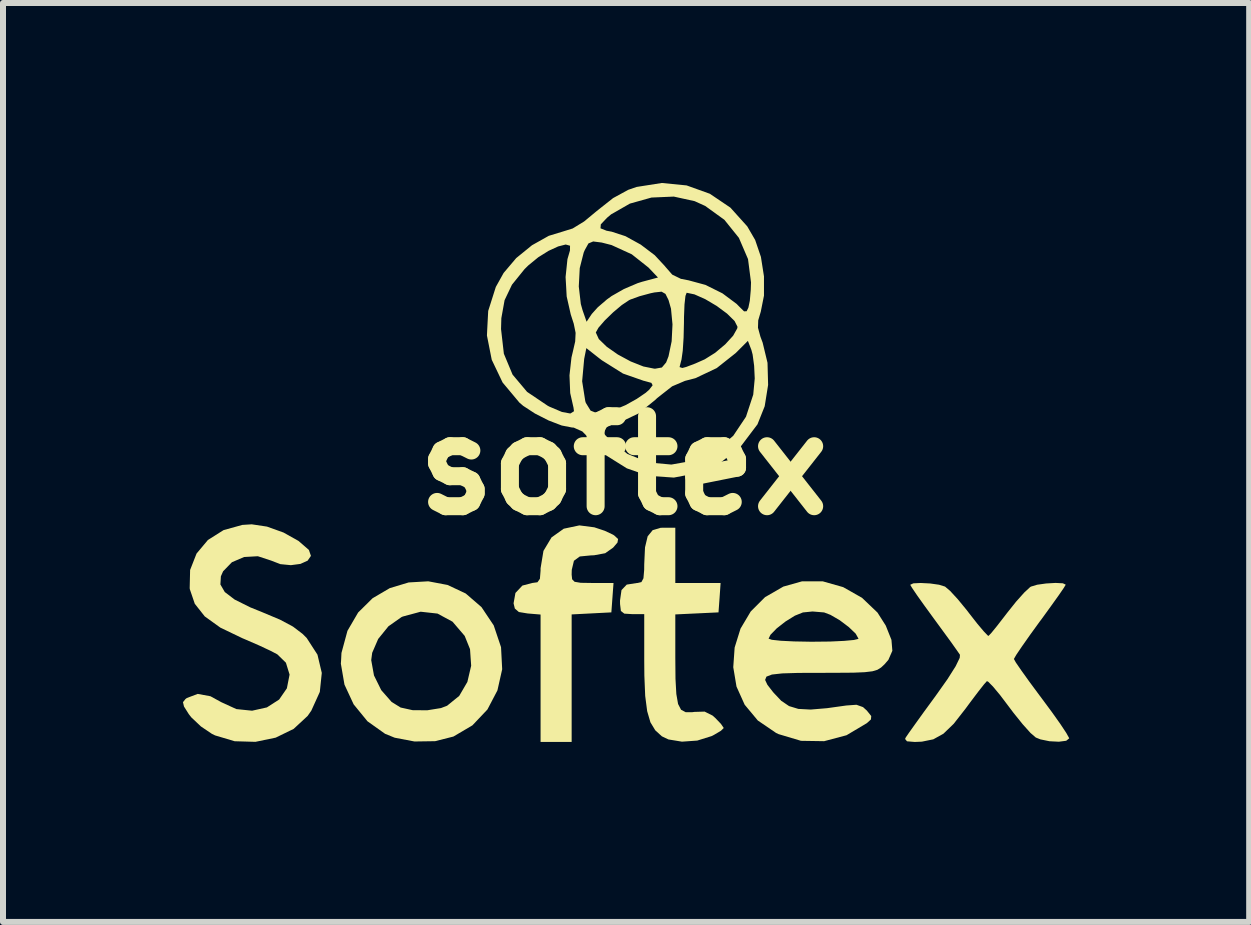
<source format=kicad_pcb>
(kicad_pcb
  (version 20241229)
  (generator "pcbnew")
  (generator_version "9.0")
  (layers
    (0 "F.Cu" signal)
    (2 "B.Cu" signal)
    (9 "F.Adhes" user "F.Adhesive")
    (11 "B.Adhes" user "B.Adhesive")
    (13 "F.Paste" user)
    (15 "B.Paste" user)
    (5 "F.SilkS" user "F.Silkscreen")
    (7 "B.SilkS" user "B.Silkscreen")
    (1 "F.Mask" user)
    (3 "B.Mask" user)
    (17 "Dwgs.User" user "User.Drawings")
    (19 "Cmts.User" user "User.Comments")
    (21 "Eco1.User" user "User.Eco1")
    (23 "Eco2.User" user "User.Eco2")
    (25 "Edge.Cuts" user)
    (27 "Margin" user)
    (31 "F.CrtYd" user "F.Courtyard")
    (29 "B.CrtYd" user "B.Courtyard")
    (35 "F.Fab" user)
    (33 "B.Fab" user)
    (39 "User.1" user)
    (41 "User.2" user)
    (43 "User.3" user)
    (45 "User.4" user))
  (footprint "softex"
    (layer "F.Cu")
    (at 7.343 4.71)
    (property "Reference" "softex" (at 0 0 0) (layer "F.SilkS") (effects (font (size 1.5 1.5) (thickness 0.3))))
    (attr board_only exclude_from_pos_files exclude_from_bom)
    (fp_poly (pts (xy -0.486 1.03) (xy -0.312 1.088) (xy -0.174 1.153) (xy -0.154 1.166) (xy -0.09 1.225) (xy -0.1 1.284) (xy -0.173 1.369) (xy -0.305 1.462) (xy -0.49 1.496) (xy -0.543 1.498) (xy -0.728 1.516) (xy -0.826 1.588) (xy -0.862 1.739) (xy -0.864 1.819) (xy -0.856 1.896) (xy -0.815 1.938) (xy -0.713 1.955) (xy -0.523 1.958) (xy -0.515 1.958) (xy -0.166 1.958) (xy -0.184 2.203) (xy -0.202 2.448) (xy -0.533 2.465) (xy -0.864 2.482) (xy -0.864 3.545) (xy -0.864 4.608) (xy -1.123 4.608) (xy -1.382 4.608) (xy -1.382 3.546) (xy -1.382 2.484) (xy -1.598 2.466) (xy -1.744 2.442) (xy -1.811 2.384) (xy -1.832 2.297) (xy -1.801 2.124) (xy -1.685 2.001) (xy -1.522 1.958) (xy -1.434 1.946) (xy -1.393 1.888) (xy -1.382 1.753) (xy -1.382 1.713) (xy -1.334 1.423) (xy -1.2 1.199) (xy -0.995 1.053) (xy -0.735 0.998)) (stroke (width 0) (type solid)) (fill yes) (layer "F.SilkS"))
    (fp_poly (pts (xy -2.932 1.991) (xy -2.63 2.133) (xy -2.367 2.36) (xy -2.163 2.665) (xy -2.041 3.028) (xy -2.022 3.396) (xy -2.101 3.748) (xy -2.268 4.067) (xy -2.518 4.331) (xy -2.835 4.518) (xy -3.14 4.595) (xy -3.484 4.6) (xy -3.814 4.537) (xy -3.974 4.472) (xy -4.268 4.263) (xy -4.498 3.981) (xy -4.651 3.652) (xy -4.711 3.303) (xy -4.707 3.244) (xy -4.205 3.244) (xy -4.159 3.499) (xy -4.038 3.744) (xy -3.865 3.941) (xy -3.715 4.034) (xy -3.516 4.078) (xy -3.271 4.08) (xy -3.042 4.043) (xy -2.94 4.004) (xy -2.738 3.84) (xy -2.602 3.607) (xy -2.539 3.337) (xy -2.558 3.061) (xy -2.647 2.84) (xy -2.85 2.603) (xy -3.1 2.468) (xy -3.381 2.437) (xy -3.678 2.517) (xy -3.701 2.527) (xy -3.918 2.68) (xy -4.089 2.891) (xy -4.189 3.122) (xy -4.205 3.244) (xy -4.707 3.244) (xy -4.701 3.124) (xy -4.601 2.755) (xy -4.423 2.45) (xy -4.182 2.212) (xy -3.896 2.044) (xy -3.581 1.949) (xy -3.254 1.93)) (stroke (width 0) (type solid)) (fill yes) (layer "F.SilkS"))
    (fp_poly (pts (xy 0.864 1.498) (xy 0.864 1.958) (xy 1.242 1.958) (xy 1.619 1.958) (xy 1.602 2.203) (xy 1.584 2.448) (xy 1.224 2.465) (xy 0.864 2.482) (xy 0.864 3.203) (xy 0.867 3.555) (xy 0.881 3.808) (xy 0.91 3.975) (xy 0.96 4.071) (xy 1.037 4.112) (xy 1.144 4.112) (xy 1.183 4.107) (xy 1.353 4.102) (xy 1.485 4.168) (xy 1.529 4.207) (xy 1.625 4.307) (xy 1.67 4.373) (xy 1.67 4.377) (xy 1.624 4.422) (xy 1.507 4.491) (xy 1.467 4.511) (xy 1.23 4.585) (xy 0.975 4.603) (xy 0.749 4.566) (xy 0.64 4.514) (xy 0.53 4.414) (xy 0.449 4.28) (xy 0.395 4.095) (xy 0.362 3.841) (xy 0.348 3.501) (xy 0.346 3.256) (xy 0.346 2.477) (xy 0.144 2.477) (xy 0.014 2.469) (xy -0.043 2.425) (xy -0.057 2.31) (xy -0.058 2.252) (xy -0.033 2.076) (xy 0.054 1.985) (xy 0.225 1.958) (xy 0.235 1.958) (xy 0.299 1.943) (xy 0.333 1.879) (xy 0.345 1.739) (xy 0.346 1.645) (xy 0.359 1.364) (xy 0.403 1.18) (xy 0.487 1.077) (xy 0.62 1.038) (xy 0.661 1.037) (xy 0.864 1.037)) (stroke (width 0) (type solid)) (fill yes) (layer "F.SilkS"))
    (fp_poly (pts (xy -5.943 1.018) (xy -5.667 1.117) (xy -5.417 1.257) (xy -5.244 1.407) (xy -5.21 1.506) (xy -5.265 1.586) (xy -5.385 1.64) (xy -5.545 1.661) (xy -5.719 1.644) (xy -5.875 1.584) (xy -6.095 1.512) (xy -6.324 1.525) (xy -6.527 1.612) (xy -6.674 1.763) (xy -6.711 1.847) (xy -6.719 1.983) (xy -6.646 2.109) (xy -6.482 2.234) (xy -6.219 2.365) (xy -6.026 2.443) (xy -5.726 2.569) (xy -5.509 2.685) (xy -5.35 2.806) (xy -5.28 2.876) (xy -5.101 3.153) (xy -5.029 3.457) (xy -5.062 3.774) (xy -5.203 4.085) (xy -5.265 4.174) (xy -5.498 4.39) (xy -5.797 4.536) (xy -6.135 4.606) (xy -6.481 4.596) (xy -6.807 4.499) (xy -6.859 4.474) (xy -7.043 4.35) (xy -7.204 4.198) (xy -7.246 4.144) (xy -7.326 4.017) (xy -7.343 3.945) (xy -7.301 3.892) (xy -7.278 3.875) (xy -7.097 3.807) (xy -6.885 3.846) (xy -6.704 3.945) (xy -6.453 4.06) (xy -6.191 4.087) (xy -5.944 4.032) (xy -5.74 3.901) (xy -5.611 3.714) (xy -5.566 3.485) (xy -5.627 3.287) (xy -5.771 3.147) (xy -5.886 3.087) (xy -6.072 3) (xy -6.295 2.903) (xy -6.356 2.877) (xy -6.72 2.702) (xy -6.98 2.515) (xy -7.146 2.305) (xy -7.228 2.064) (xy -7.231 2.045) (xy -7.224 1.741) (xy -7.117 1.468) (xy -6.927 1.241) (xy -6.667 1.077) (xy -6.354 0.99) (xy -6.197 0.98)) (stroke (width 0) (type solid)) (fill yes) (layer "F.SilkS"))
    (fp_poly (pts (xy 3.662 2.027) (xy 3.976 2.205) (xy 4.234 2.451) (xy 4.372 2.668) (xy 4.467 2.906) (xy 4.482 3.088) (xy 4.416 3.239) (xy 4.351 3.314) (xy 4.294 3.367) (xy 4.233 3.405) (xy 4.149 3.43) (xy 4.022 3.445) (xy 3.833 3.453) (xy 3.563 3.455) (xy 3.286 3.456) (xy 2.915 3.457) (xy 2.648 3.465) (xy 2.475 3.484) (xy 2.383 3.519) (xy 2.361 3.574) (xy 2.399 3.655) (xy 2.485 3.766) (xy 2.504 3.789) (xy 2.63 3.922) (xy 2.76 4.01) (xy 2.915 4.057) (xy 3.119 4.068) (xy 3.393 4.045) (xy 3.716 4) (xy 3.884 3.988) (xy 3.993 4.027) (xy 4.057 4.085) (xy 4.13 4.176) (xy 4.125 4.233) (xy 4.056 4.295) (xy 3.718 4.496) (xy 3.345 4.595) (xy 2.959 4.589) (xy 2.584 4.477) (xy 2.544 4.458) (xy 2.239 4.25) (xy 2.02 3.987) (xy 1.884 3.685) (xy 1.83 3.362) (xy 1.853 3.034) (xy 1.899 2.886) (xy 2.419 2.886) (xy 2.473 2.905) (xy 2.621 2.921) (xy 2.841 2.932) (xy 3.112 2.937) (xy 3.168 2.937) (xy 3.446 2.934) (xy 3.678 2.923) (xy 3.841 2.908) (xy 3.915 2.89) (xy 3.917 2.886) (xy 3.871 2.803) (xy 3.756 2.693) (xy 3.605 2.579) (xy 3.45 2.489) (xy 3.345 2.449) (xy 3.152 2.433) (xy 2.991 2.449) (xy 2.857 2.503) (xy 2.701 2.6) (xy 2.554 2.715) (xy 2.45 2.822) (xy 2.419 2.886) (xy 1.899 2.886) (xy 1.951 2.719) (xy 2.121 2.433) (xy 2.36 2.194) (xy 2.665 2.018) (xy 2.978 1.93) (xy 3.32 1.93)) (stroke (width 0) (type solid)) (fill yes) (layer "F.SilkS"))
    (fp_poly (pts (xy 7.324 1.963) (xy 7.372 1.986) (xy 7.34 2.04) (xy 7.252 2.168) (xy 7.121 2.351) (xy 6.961 2.572) (xy 6.94 2.599) (xy 6.777 2.824) (xy 6.642 3.016) (xy 6.548 3.155) (xy 6.509 3.223) (xy 6.508 3.225) (xy 6.541 3.284) (xy 6.631 3.415) (xy 6.765 3.602) (xy 6.93 3.825) (xy 6.969 3.877) (xy 7.14 4.108) (xy 7.282 4.308) (xy 7.382 4.459) (xy 7.428 4.542) (xy 7.43 4.548) (xy 7.38 4.588) (xy 7.258 4.604) (xy 7.101 4.596) (xy 6.95 4.565) (xy 6.873 4.534) (xy 6.785 4.458) (xy 6.654 4.312) (xy 6.501 4.122) (xy 6.422 4.017) (xy 6.279 3.828) (xy 6.159 3.684) (xy 6.08 3.604) (xy 6.058 3.594) (xy 6.009 3.649) (xy 5.91 3.775) (xy 5.778 3.95) (xy 5.702 4.053) (xy 5.505 4.305) (xy 5.334 4.47) (xy 5.165 4.564) (xy 4.974 4.603) (xy 4.855 4.608) (xy 4.726 4.597) (xy 4.694 4.558) (xy 4.706 4.532) (xy 4.756 4.459) (xy 4.86 4.313) (xy 5.003 4.114) (xy 5.172 3.883) (xy 5.202 3.842) (xy 5.401 3.561) (xy 5.537 3.346) (xy 5.605 3.206) (xy 5.609 3.155) (xy 5.558 3.081) (xy 5.455 2.936) (xy 5.314 2.743) (xy 5.172 2.549) (xy 5.017 2.336) (xy 4.891 2.159) (xy 4.808 2.036) (xy 4.78 1.988) (xy 4.831 1.964) (xy 4.954 1.958) (xy 5.111 1.966) (xy 5.26 1.987) (xy 5.36 2.018) (xy 5.445 2.09) (xy 5.573 2.229) (xy 5.721 2.409) (xy 5.763 2.464) (xy 5.9 2.639) (xy 6.01 2.769) (xy 6.075 2.836) (xy 6.085 2.84) (xy 6.131 2.792) (xy 6.227 2.674) (xy 6.355 2.509) (xy 6.398 2.453) (xy 6.545 2.269) (xy 6.68 2.118) (xy 6.778 2.027) (xy 6.793 2.018) (xy 6.896 1.987) (xy 7.046 1.966) (xy 7.202 1.957)) (stroke (width 0) (type solid)) (fill yes) (layer "F.SilkS"))
    (fp_poly (pts (xy 1.053 -4.669) (xy 1.44 -4.53) (xy 1.782 -4.299) (xy 2.063 -3.987) (xy 2.195 -3.76) (xy 2.291 -3.478) (xy 2.342 -3.153) (xy 2.342 -2.832) (xy 2.289 -2.566) (xy 2.246 -2.42) (xy 2.242 -2.297) (xy 2.283 -2.147) (xy 2.32 -2.048) (xy 2.401 -1.712) (xy 2.411 -1.344) (xy 2.354 -0.988) (xy 2.233 -0.685) (xy 2.231 -0.683) (xy 1.961 -0.326) (xy 1.628 -0.055) (xy 1.25 0.123) (xy 0.84 0.201) (xy 0.417 0.172) (xy 0.412 0.171) (xy 0.056 0.047) (xy -0.278 -0.162) (xy -0.527 -0.405) (xy -0.686 -0.568) (xy -0.785 -0.612) (xy -0.404 -0.612) (xy -0.245 -0.445) (xy 0.065 -0.194) (xy 0.416 -0.051) (xy 0.799 -0.016) (xy 1.185 -0.085) (xy 1.541 -0.248) (xy 1.83 -0.496) (xy 2.042 -0.813) (xy 2.163 -1.182) (xy 2.188 -1.451) (xy 2.178 -1.662) (xy 2.153 -1.849) (xy 2.132 -1.928) (xy 2.074 -2.078) (xy 1.871 -1.875) (xy 1.554 -1.624) (xy 1.199 -1.456) (xy 1.025 -1.411) (xy 0.811 -1.32) (xy 0.561 -1.124) (xy 0.529 -1.093) (xy 0.247 -0.866) (xy -0.048 -0.725) (xy -0.082 -0.714) (xy -0.404 -0.612) (xy -0.785 -0.612) (xy -0.829 -0.632) (xy -0.859 -0.634) (xy -1.029 -0.667) (xy -1.248 -0.751) (xy -1.476 -0.867) (xy -1.672 -0.995) (xy -1.735 -1.049) (xy -2.015 -1.384) (xy -2.196 -1.763) (xy -2.276 -2.167) (xy -2.271 -2.275) (xy -2.041 -2.275) (xy -1.994 -1.864) (xy -1.849 -1.516) (xy -1.607 -1.228) (xy -1.264 -0.997) (xy -1.236 -0.982) (xy -1.026 -0.893) (xy -0.886 -0.867) (xy -0.825 -0.905) (xy -0.833 -0.965) (xy -0.888 -1.208) (xy -0.896 -1.405) (xy -0.689 -1.405) (xy -0.637 -1.074) (xy -0.628 -1.045) (xy -0.548 -0.915) (xy -0.421 -0.865) (xy -0.234 -0.894) (xy 0.026 -1.003) (xy 0.039 -1.009) (xy 0.22 -1.11) (xy 0.37 -1.212) (xy 0.428 -1.263) (xy 0.486 -1.338) (xy 0.465 -1.378) (xy 0.349 -1.41) (xy 0.335 -1.413) (xy -0.008 -1.533) (xy -0.36 -1.754) (xy -0.411 -1.793) (xy -0.619 -1.957) (xy -0.655 -1.778) (xy -0.689 -1.405) (xy -0.896 -1.405) (xy -0.9 -1.504) (xy -0.867 -1.801) (xy -0.847 -1.885) (xy -0.805 -2.068) (xy -0.798 -2.21) (xy -0.799 -2.217) (xy -0.461 -2.217) (xy -0.411 -2.108) (xy -0.279 -1.98) (xy -0.093 -1.85) (xy 0.12 -1.735) (xy 0.332 -1.651) (xy 0.516 -1.614) (xy 0.528 -1.614) (xy 0.64 -1.634) (xy 0.646 -1.641) (xy 0.935 -1.641) (xy 0.981 -1.626) (xy 1.045 -1.643) (xy 1.196 -1.7) (xy 1.354 -1.77) (xy 1.528 -1.879) (xy 1.696 -2.02) (xy 1.828 -2.164) (xy 1.896 -2.285) (xy 1.901 -2.312) (xy 1.852 -2.409) (xy 1.727 -2.532) (xy 1.554 -2.66) (xy 1.363 -2.773) (xy 1.183 -2.853) (xy 1.053 -2.88) (xy 1.033 -2.827) (xy 1.017 -2.684) (xy 1.009 -2.479) (xy 1.008 -2.376) (xy 1.002 -2.13) (xy 0.988 -1.914) (xy 0.967 -1.765) (xy 0.959 -1.737) (xy 0.935 -1.641) (xy 0.646 -1.641) (xy 0.711 -1.718) (xy 0.751 -1.821) (xy 0.803 -2.071) (xy 0.817 -2.353) (xy 0.792 -2.615) (xy 0.751 -2.758) (xy 0.7 -2.861) (xy 0.635 -2.898) (xy 0.515 -2.885) (xy 0.449 -2.871) (xy 0.268 -2.822) (xy 0.116 -2.767) (xy 0.093 -2.756) (xy -0.028 -2.675) (xy -0.173 -2.553) (xy -0.312 -2.418) (xy -0.417 -2.297) (xy -0.461 -2.218) (xy -0.461 -2.217) (xy -0.799 -2.217) (xy -0.829 -2.364) (xy -0.879 -2.519) (xy -0.947 -2.819) (xy -0.956 -2.985) (xy -0.745 -2.985) (xy -0.711 -2.692) (xy -0.682 -2.589) (xy -0.615 -2.397) (xy -0.528 -2.527) (xy -0.429 -2.637) (xy -0.278 -2.767) (xy -0.198 -2.825) (xy 0.009 -2.943) (xy 0.237 -3.04) (xy 0.31 -3.063) (xy 0.575 -3.134) (xy 0.417 -3.3) (xy 0.138 -3.521) (xy -0.199 -3.675) (xy -0.363 -3.717) (xy -0.505 -3.735) (xy -0.584 -3.702) (xy -0.645 -3.592) (xy -0.663 -3.55) (xy -0.729 -3.291) (xy -0.745 -2.985) (xy -0.956 -2.985) (xy -0.965 -3.142) (xy -0.934 -3.44) (xy -0.892 -3.585) (xy -0.891 -3.664) (xy -0.963 -3.684) (xy -1.089 -3.652) (xy -1.248 -3.579) (xy -1.421 -3.471) (xy -1.586 -3.336) (xy -1.649 -3.274) (xy -1.859 -3.014) (xy -1.982 -2.756) (xy -2.036 -2.456) (xy -2.041 -2.275) (xy -2.271 -2.275) (xy -2.255 -2.577) (xy -2.128 -2.977) (xy -1.998 -3.21) (xy -1.788 -3.458) (xy -1.525 -3.672) (xy -1.245 -3.829) (xy -1.022 -3.897) (xy -0.848 -3.951) (xy -0.843 -3.954) (xy -0.383 -3.954) (xy -0.282 -3.914) (xy -0.197 -3.898) (xy 0.033 -3.823) (xy 0.287 -3.683) (xy 0.521 -3.506) (xy 0.693 -3.321) (xy 0.696 -3.316) (xy 0.813 -3.182) (xy 0.957 -3.112) (xy 1.086 -3.087) (xy 1.366 -3.011) (xy 1.65 -2.87) (xy 1.886 -2.694) (xy 1.927 -2.652) (xy 2.01 -2.57) (xy 2.053 -2.572) (xy 2.082 -2.631) (xy 2.106 -2.746) (xy 2.122 -2.928) (xy 2.126 -3.053) (xy 2.076 -3.441) (xy 1.924 -3.795) (xy 1.682 -4.096) (xy 1.362 -4.327) (xy 1.186 -4.407) (xy 0.839 -4.483) (xy 0.467 -4.467) (xy 0.107 -4.366) (xy -0.206 -4.187) (xy -0.274 -4.13) (xy -0.378 -4.02) (xy -0.383 -3.954) (xy -0.843 -3.954) (xy -0.655 -4.069) (xy -0.445 -4.243) (xy -0.173 -4.458) (xy 0.08 -4.596) (xy 0.22 -4.644) (xy 0.641 -4.71)) (stroke (width 0) (type solid)) (fill yes) (layer "F.SilkS")))
  (gr_rect
    (start -3 -3)
    (end 17.773 12.318)
    (stroke (width 0.1) (type default))
    (fill no)
    (layer "Edge.Cuts")))
</source>
